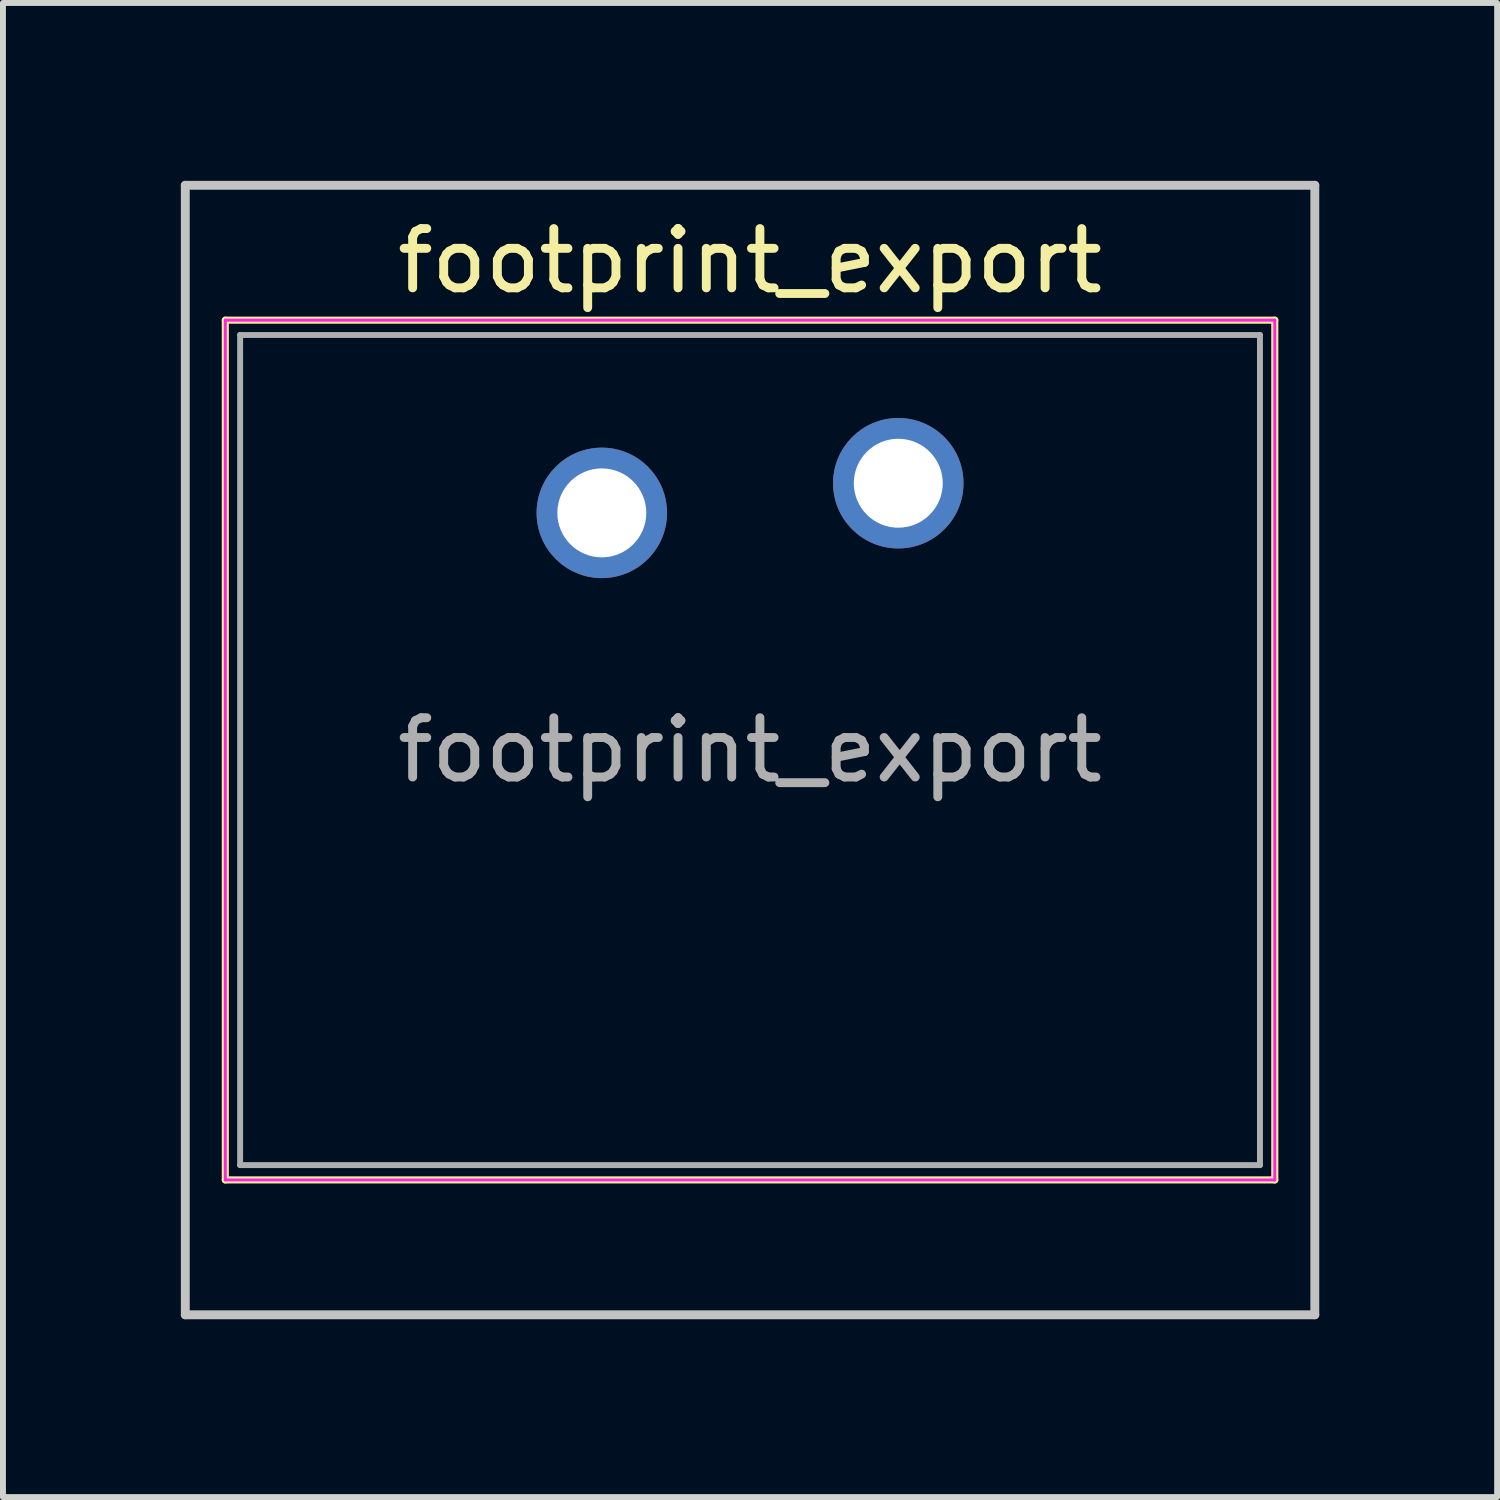
<source format=kicad_pcb>
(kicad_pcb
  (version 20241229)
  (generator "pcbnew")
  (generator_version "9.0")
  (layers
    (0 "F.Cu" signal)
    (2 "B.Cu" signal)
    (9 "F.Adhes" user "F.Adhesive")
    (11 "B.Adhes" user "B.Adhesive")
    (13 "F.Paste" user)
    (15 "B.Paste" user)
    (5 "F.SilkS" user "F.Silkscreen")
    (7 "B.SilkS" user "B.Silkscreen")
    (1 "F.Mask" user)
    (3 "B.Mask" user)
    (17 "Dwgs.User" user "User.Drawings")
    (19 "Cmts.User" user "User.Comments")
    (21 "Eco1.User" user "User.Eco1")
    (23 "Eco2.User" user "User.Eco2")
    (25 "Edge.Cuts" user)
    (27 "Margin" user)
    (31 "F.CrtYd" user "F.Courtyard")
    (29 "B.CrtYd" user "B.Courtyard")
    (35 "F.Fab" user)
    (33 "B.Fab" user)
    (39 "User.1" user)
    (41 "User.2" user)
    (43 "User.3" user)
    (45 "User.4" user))
  (footprint "footprint_export"
    (layer "F.Cu")
    (at 12.1 5.1)
    (property "Reference" "footprint_export" (at -2.5 -3.75 0) (layer "F.SilkS") (effects (font (size 1 1) (thickness 0.15))))
    (attr through_hole)
    (fp_line (start -11.35 -2.75) (end 6.35 -2.75) (stroke (width 0.12) (type solid)) (layer "F.SilkS"))
    (fp_line (start -11.35 11.75) (end -11.35 -2.75) (stroke (width 0.12) (type solid)) (layer "F.SilkS"))
    (fp_line (start 6.35 -2.75) (end 6.35 11.75) (stroke (width 0.12) (type solid)) (layer "F.SilkS"))
    (fp_line (start 6.35 11.75) (end -11.35 11.75) (stroke (width 0.12) (type solid)) (layer "F.SilkS"))
    (fp_line (start -12.025 -5.025) (end 7.025 -5.025) (stroke (width 0.15) (type solid)) (layer "Dwgs.User"))
    (fp_line (start -12.025 14.025) (end -12.025 -5.025) (stroke (width 0.15) (type solid)) (layer "Dwgs.User"))
    (fp_line (start 7.025 -5.025) (end 7.025 14.025) (stroke (width 0.15) (type solid)) (layer "Dwgs.User"))
    (fp_line (start 7.025 14.025) (end -12.025 14.025) (stroke (width 0.15) (type solid)) (layer "Dwgs.User"))
    (fp_line (start -11.35 -2.75) (end -11.35 11.75) (stroke (width 0.05) (type solid)) (layer "F.CrtYd"))
    (fp_line (start -11.35 -2.75) (end 6.35 -2.75) (stroke (width 0.05) (type solid)) (layer "F.CrtYd"))
    (fp_line (start -11.35 11.75) (end 6.35 11.75) (stroke (width 0.05) (type solid)) (layer "F.CrtYd"))
    (fp_line (start 6.35 11.75) (end 6.35 -2.75) (stroke (width 0.05) (type solid)) (layer "F.CrtYd"))
    (fp_line (start -11.1 -2.5) (end 6.1 -2.5) (stroke (width 0.1) (type solid)) (layer "F.Fab"))
    (fp_line (start -11.1 11.5) (end -11.1 -2.5) (stroke (width 0.1) (type solid)) (layer "F.Fab"))
    (fp_line (start 6.1 -2.5) (end 6.1 11.5) (stroke (width 0.1) (type solid)) (layer "F.Fab"))
    (fp_line (start 6.1 11.5) (end -11.1 11.5) (stroke (width 0.1) (type solid)) (layer "F.Fab"))
    (fp_text user "${REFERENCE}" (at -2.5 4.5 0) (layer "F.Fab") (effects (font (size 1 1) (thickness 0.15))))
    (pad "1" thru_hole circle (at 0 0) (size 2.2 2.2) (drill 1.5) (layers "*.Cu" "*.Mask"))
    (pad "2" thru_hole circle (at -5 0.5) (size 2.2 2.2) (drill 1.5) (layers "*.Cu" "*.Mask")))
  (gr_rect
    (start -3 -3)
    (end 22.2 22.2)
    (stroke (width 0.1) (type default))
    (fill no)
    (layer "Edge.Cuts")))
</source>
